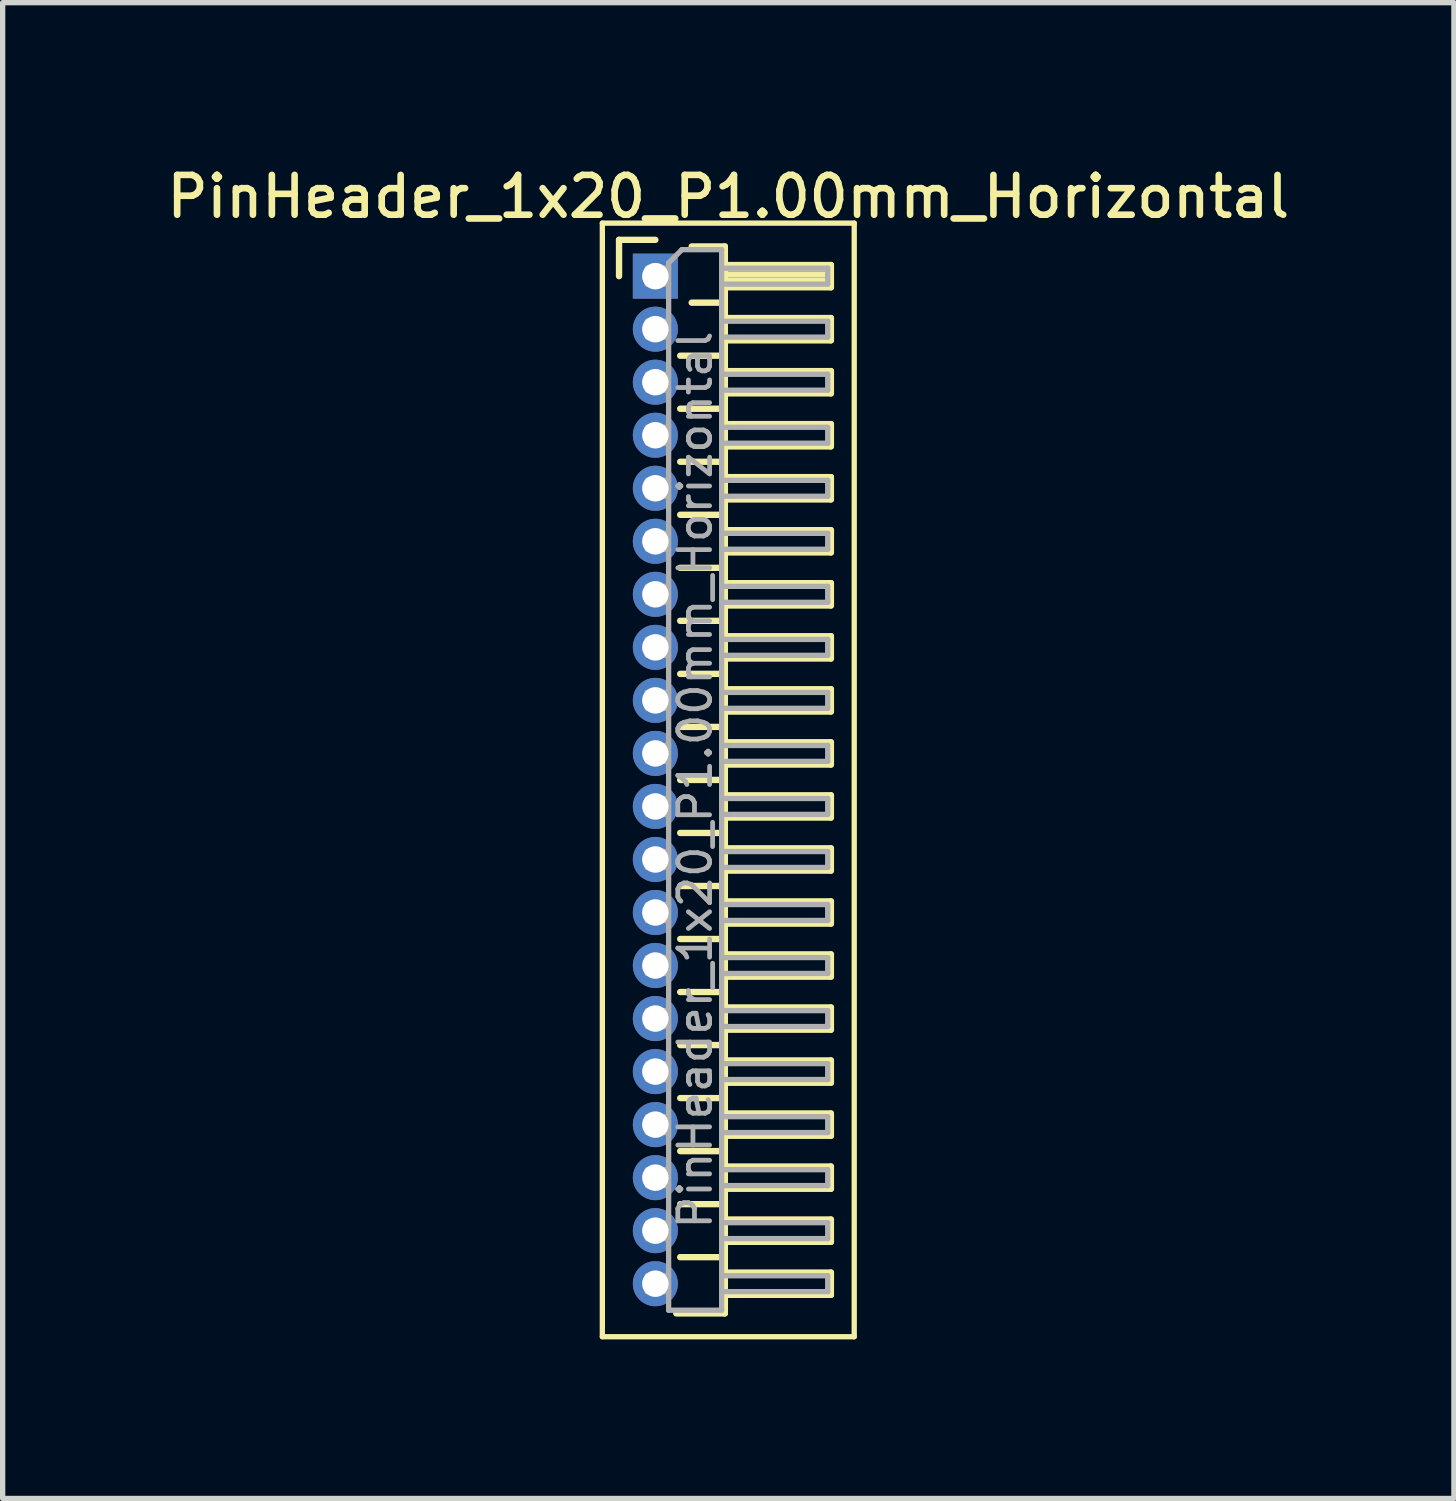
<source format=kicad_pcb>
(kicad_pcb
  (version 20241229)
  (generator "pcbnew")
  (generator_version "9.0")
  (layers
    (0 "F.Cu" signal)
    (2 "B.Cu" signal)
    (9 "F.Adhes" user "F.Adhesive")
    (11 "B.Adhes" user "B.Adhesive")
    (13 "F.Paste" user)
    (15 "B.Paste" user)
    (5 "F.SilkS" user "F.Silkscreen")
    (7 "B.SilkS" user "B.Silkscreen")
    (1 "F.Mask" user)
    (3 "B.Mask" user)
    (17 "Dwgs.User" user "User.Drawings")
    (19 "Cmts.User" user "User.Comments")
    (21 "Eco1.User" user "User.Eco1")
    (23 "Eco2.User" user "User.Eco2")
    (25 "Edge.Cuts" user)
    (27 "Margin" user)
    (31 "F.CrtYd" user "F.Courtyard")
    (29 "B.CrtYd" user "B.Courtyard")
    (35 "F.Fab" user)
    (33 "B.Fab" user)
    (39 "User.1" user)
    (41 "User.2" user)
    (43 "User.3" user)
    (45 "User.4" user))
  (footprint "PinHeader_1x20_P1.00mm_Horizontal"
    (layer "F.Cu")
    (at 9.309 2.158)
    (property "Reference" "PinHeader_1x20_P1.00mm_Horizontal" (at 1.375 -1.5 0) (layer "F.SilkS") (effects (font (size 0.75 0.75) (thickness 0.125))))
    (attr through_hole)
    (fp_line (start -1 -1) (end -1 20) (stroke (width 0.1) (type solid)) (layer "F.SilkS"))
    (fp_line (start -1 20) (end 3.75 20) (stroke (width 0.1) (type solid)) (layer "F.SilkS"))
    (fp_line (start -0.685 -0.685) (end 0 -0.685) (stroke (width 0.12) (type solid)) (layer "F.SilkS"))
    (fp_line (start -0.685 0) (end -0.685 -0.685) (stroke (width 0.12) (type solid)) (layer "F.SilkS"))
    (fp_line (start 0.468 1.5) (end 1.31 1.5) (stroke (width 0.12) (type solid)) (layer "F.SilkS"))
    (fp_line (start 0.468 2.5) (end 1.31 2.5) (stroke (width 0.12) (type solid)) (layer "F.SilkS"))
    (fp_line (start 0.468 3.5) (end 1.31 3.5) (stroke (width 0.12) (type solid)) (layer "F.SilkS"))
    (fp_line (start 0.468 4.5) (end 1.31 4.5) (stroke (width 0.12) (type solid)) (layer "F.SilkS"))
    (fp_line (start 0.468 5.5) (end 1.31 5.5) (stroke (width 0.12) (type solid)) (layer "F.SilkS"))
    (fp_line (start 0.468 6.5) (end 1.31 6.5) (stroke (width 0.12) (type solid)) (layer "F.SilkS"))
    (fp_line (start 0.468 7.5) (end 1.31 7.5) (stroke (width 0.12) (type solid)) (layer "F.SilkS"))
    (fp_line (start 0.468 8.5) (end 1.31 8.5) (stroke (width 0.12) (type solid)) (layer "F.SilkS"))
    (fp_line (start 0.468 9.5) (end 1.31 9.5) (stroke (width 0.12) (type solid)) (layer "F.SilkS"))
    (fp_line (start 0.468 10.5) (end 1.31 10.5) (stroke (width 0.12) (type solid)) (layer "F.SilkS"))
    (fp_line (start 0.468 11.5) (end 1.31 11.5) (stroke (width 0.12) (type solid)) (layer "F.SilkS"))
    (fp_line (start 0.468 12.5) (end 1.31 12.5) (stroke (width 0.12) (type solid)) (layer "F.SilkS"))
    (fp_line (start 0.468 13.5) (end 1.31 13.5) (stroke (width 0.12) (type solid)) (layer "F.SilkS"))
    (fp_line (start 0.468 14.5) (end 1.31 14.5) (stroke (width 0.12) (type solid)) (layer "F.SilkS"))
    (fp_line (start 0.468 15.5) (end 1.31 15.5) (stroke (width 0.12) (type solid)) (layer "F.SilkS"))
    (fp_line (start 0.468 16.5) (end 1.31 16.5) (stroke (width 0.12) (type solid)) (layer "F.SilkS"))
    (fp_line (start 0.468 17.5) (end 1.31 17.5) (stroke (width 0.12) (type solid)) (layer "F.SilkS"))
    (fp_line (start 0.468 18.5) (end 1.31 18.5) (stroke (width 0.12) (type solid)) (layer "F.SilkS"))
    (fp_line (start 0.685 -0.56) (end 1.31 -0.56) (stroke (width 0.12) (type solid)) (layer "F.SilkS"))
    (fp_line (start 0.685 0.5) (end 1.31 0.5) (stroke (width 0.12) (type solid)) (layer "F.SilkS"))
    (fp_line (start 1.31 -0.56) (end 1.31 19.56) (stroke (width 0.12) (type solid)) (layer "F.SilkS"))
    (fp_line (start 1.31 -0.21) (end 3.31 -0.21) (stroke (width 0.12) (type solid)) (layer "F.SilkS"))
    (fp_line (start 1.31 -0.15) (end 3.31 -0.15) (stroke (width 0.12) (type solid)) (layer "F.SilkS"))
    (fp_line (start 1.31 -0.03) (end 3.31 -0.03) (stroke (width 0.12) (type solid)) (layer "F.SilkS"))
    (fp_line (start 1.31 0.09) (end 3.31 0.09) (stroke (width 0.12) (type solid)) (layer "F.SilkS"))
    (fp_line (start 1.31 0.79) (end 3.31 0.79) (stroke (width 0.12) (type solid)) (layer "F.SilkS"))
    (fp_line (start 1.31 1.79) (end 3.31 1.79) (stroke (width 0.12) (type solid)) (layer "F.SilkS"))
    (fp_line (start 1.31 2.79) (end 3.31 2.79) (stroke (width 0.12) (type solid)) (layer "F.SilkS"))
    (fp_line (start 1.31 3.79) (end 3.31 3.79) (stroke (width 0.12) (type solid)) (layer "F.SilkS"))
    (fp_line (start 1.31 4.79) (end 3.31 4.79) (stroke (width 0.12) (type solid)) (layer "F.SilkS"))
    (fp_line (start 1.31 5.79) (end 3.31 5.79) (stroke (width 0.12) (type solid)) (layer "F.SilkS"))
    (fp_line (start 1.31 6.79) (end 3.31 6.79) (stroke (width 0.12) (type solid)) (layer "F.SilkS"))
    (fp_line (start 1.31 7.79) (end 3.31 7.79) (stroke (width 0.12) (type solid)) (layer "F.SilkS"))
    (fp_line (start 1.31 8.79) (end 3.31 8.79) (stroke (width 0.12) (type solid)) (layer "F.SilkS"))
    (fp_line (start 1.31 9.79) (end 3.31 9.79) (stroke (width 0.12) (type solid)) (layer "F.SilkS"))
    (fp_line (start 1.31 10.79) (end 3.31 10.79) (stroke (width 0.12) (type solid)) (layer "F.SilkS"))
    (fp_line (start 1.31 11.79) (end 3.31 11.79) (stroke (width 0.12) (type solid)) (layer "F.SilkS"))
    (fp_line (start 1.31 12.79) (end 3.31 12.79) (stroke (width 0.12) (type solid)) (layer "F.SilkS"))
    (fp_line (start 1.31 13.79) (end 3.31 13.79) (stroke (width 0.12) (type solid)) (layer "F.SilkS"))
    (fp_line (start 1.31 14.79) (end 3.31 14.79) (stroke (width 0.12) (type solid)) (layer "F.SilkS"))
    (fp_line (start 1.31 15.79) (end 3.31 15.79) (stroke (width 0.12) (type solid)) (layer "F.SilkS"))
    (fp_line (start 1.31 16.79) (end 3.31 16.79) (stroke (width 0.12) (type solid)) (layer "F.SilkS"))
    (fp_line (start 1.31 17.79) (end 3.31 17.79) (stroke (width 0.12) (type solid)) (layer "F.SilkS"))
    (fp_line (start 1.31 18.79) (end 3.31 18.79) (stroke (width 0.12) (type solid)) (layer "F.SilkS"))
    (fp_line (start 1.31 19.56) (end 0.394 19.56) (stroke (width 0.12) (type solid)) (layer "F.SilkS"))
    (fp_line (start 3.31 -0.21) (end 3.31 0.21) (stroke (width 0.12) (type solid)) (layer "F.SilkS"))
    (fp_line (start 3.31 0.21) (end 1.31 0.21) (stroke (width 0.12) (type solid)) (layer "F.SilkS"))
    (fp_line (start 3.31 0.79) (end 3.31 1.21) (stroke (width 0.12) (type solid)) (layer "F.SilkS"))
    (fp_line (start 3.31 1.21) (end 1.31 1.21) (stroke (width 0.12) (type solid)) (layer "F.SilkS"))
    (fp_line (start 3.31 1.79) (end 3.31 2.21) (stroke (width 0.12) (type solid)) (layer "F.SilkS"))
    (fp_line (start 3.31 2.21) (end 1.31 2.21) (stroke (width 0.12) (type solid)) (layer "F.SilkS"))
    (fp_line (start 3.31 2.79) (end 3.31 3.21) (stroke (width 0.12) (type solid)) (layer "F.SilkS"))
    (fp_line (start 3.31 3.21) (end 1.31 3.21) (stroke (width 0.12) (type solid)) (layer "F.SilkS"))
    (fp_line (start 3.31 3.79) (end 3.31 4.21) (stroke (width 0.12) (type solid)) (layer "F.SilkS"))
    (fp_line (start 3.31 4.21) (end 1.31 4.21) (stroke (width 0.12) (type solid)) (layer "F.SilkS"))
    (fp_line (start 3.31 4.79) (end 3.31 5.21) (stroke (width 0.12) (type solid)) (layer "F.SilkS"))
    (fp_line (start 3.31 5.21) (end 1.31 5.21) (stroke (width 0.12) (type solid)) (layer "F.SilkS"))
    (fp_line (start 3.31 5.79) (end 3.31 6.21) (stroke (width 0.12) (type solid)) (layer "F.SilkS"))
    (fp_line (start 3.31 6.21) (end 1.31 6.21) (stroke (width 0.12) (type solid)) (layer "F.SilkS"))
    (fp_line (start 3.31 6.79) (end 3.31 7.21) (stroke (width 0.12) (type solid)) (layer "F.SilkS"))
    (fp_line (start 3.31 7.21) (end 1.31 7.21) (stroke (width 0.12) (type solid)) (layer "F.SilkS"))
    (fp_line (start 3.31 7.79) (end 3.31 8.21) (stroke (width 0.12) (type solid)) (layer "F.SilkS"))
    (fp_line (start 3.31 8.21) (end 1.31 8.21) (stroke (width 0.12) (type solid)) (layer "F.SilkS"))
    (fp_line (start 3.31 8.79) (end 3.31 9.21) (stroke (width 0.12) (type solid)) (layer "F.SilkS"))
    (fp_line (start 3.31 9.21) (end 1.31 9.21) (stroke (width 0.12) (type solid)) (layer "F.SilkS"))
    (fp_line (start 3.31 9.79) (end 3.31 10.21) (stroke (width 0.12) (type solid)) (layer "F.SilkS"))
    (fp_line (start 3.31 10.21) (end 1.31 10.21) (stroke (width 0.12) (type solid)) (layer "F.SilkS"))
    (fp_line (start 3.31 10.79) (end 3.31 11.21) (stroke (width 0.12) (type solid)) (layer "F.SilkS"))
    (fp_line (start 3.31 11.21) (end 1.31 11.21) (stroke (width 0.12) (type solid)) (layer "F.SilkS"))
    (fp_line (start 3.31 11.79) (end 3.31 12.21) (stroke (width 0.12) (type solid)) (layer "F.SilkS"))
    (fp_line (start 3.31 12.21) (end 1.31 12.21) (stroke (width 0.12) (type solid)) (layer "F.SilkS"))
    (fp_line (start 3.31 12.79) (end 3.31 13.21) (stroke (width 0.12) (type solid)) (layer "F.SilkS"))
    (fp_line (start 3.31 13.21) (end 1.31 13.21) (stroke (width 0.12) (type solid)) (layer "F.SilkS"))
    (fp_line (start 3.31 13.79) (end 3.31 14.21) (stroke (width 0.12) (type solid)) (layer "F.SilkS"))
    (fp_line (start 3.31 14.21) (end 1.31 14.21) (stroke (width 0.12) (type solid)) (layer "F.SilkS"))
    (fp_line (start 3.31 14.79) (end 3.31 15.21) (stroke (width 0.12) (type solid)) (layer "F.SilkS"))
    (fp_line (start 3.31 15.21) (end 1.31 15.21) (stroke (width 0.12) (type solid)) (layer "F.SilkS"))
    (fp_line (start 3.31 15.79) (end 3.31 16.21) (stroke (width 0.12) (type solid)) (layer "F.SilkS"))
    (fp_line (start 3.31 16.21) (end 1.31 16.21) (stroke (width 0.12) (type solid)) (layer "F.SilkS"))
    (fp_line (start 3.31 16.79) (end 3.31 17.21) (stroke (width 0.12) (type solid)) (layer "F.SilkS"))
    (fp_line (start 3.31 17.21) (end 1.31 17.21) (stroke (width 0.12) (type solid)) (layer "F.SilkS"))
    (fp_line (start 3.31 17.79) (end 3.31 18.21) (stroke (width 0.12) (type solid)) (layer "F.SilkS"))
    (fp_line (start 3.31 18.21) (end 1.31 18.21) (stroke (width 0.12) (type solid)) (layer "F.SilkS"))
    (fp_line (start 3.31 18.79) (end 3.31 19.21) (stroke (width 0.12) (type solid)) (layer "F.SilkS"))
    (fp_line (start 3.31 19.21) (end 1.31 19.21) (stroke (width 0.12) (type solid)) (layer "F.SilkS"))
    (fp_line (start 3.75 -1) (end -1 -1) (stroke (width 0.1) (type solid)) (layer "F.SilkS"))
    (fp_line (start 3.75 20) (end 3.75 -1) (stroke (width 0.1) (type solid)) (layer "F.SilkS"))
    (fp_line (start -0.15 -0.15) (end -0.15 0.15) (stroke (width 0.1) (type solid)) (layer "F.Fab"))
    (fp_line (start -0.15 -0.15) (end 0.25 -0.15) (stroke (width 0.1) (type solid)) (layer "F.Fab"))
    (fp_line (start -0.15 0.15) (end 0.25 0.15) (stroke (width 0.1) (type solid)) (layer "F.Fab"))
    (fp_line (start -0.15 0.85) (end -0.15 1.15) (stroke (width 0.1) (type solid)) (layer "F.Fab"))
    (fp_line (start -0.15 0.85) (end 0.25 0.85) (stroke (width 0.1) (type solid)) (layer "F.Fab"))
    (fp_line (start -0.15 1.15) (end 0.25 1.15) (stroke (width 0.1) (type solid)) (layer "F.Fab"))
    (fp_line (start -0.15 1.85) (end -0.15 2.15) (stroke (width 0.1) (type solid)) (layer "F.Fab"))
    (fp_line (start -0.15 1.85) (end 0.25 1.85) (stroke (width 0.1) (type solid)) (layer "F.Fab"))
    (fp_line (start -0.15 2.15) (end 0.25 2.15) (stroke (width 0.1) (type solid)) (layer "F.Fab"))
    (fp_line (start -0.15 2.85) (end -0.15 3.15) (stroke (width 0.1) (type solid)) (layer "F.Fab"))
    (fp_line (start -0.15 2.85) (end 0.25 2.85) (stroke (width 0.1) (type solid)) (layer "F.Fab"))
    (fp_line (start -0.15 3.15) (end 0.25 3.15) (stroke (width 0.1) (type solid)) (layer "F.Fab"))
    (fp_line (start -0.15 3.85) (end -0.15 4.15) (stroke (width 0.1) (type solid)) (layer "F.Fab"))
    (fp_line (start -0.15 3.85) (end 0.25 3.85) (stroke (width 0.1) (type solid)) (layer "F.Fab"))
    (fp_line (start -0.15 4.15) (end 0.25 4.15) (stroke (width 0.1) (type solid)) (layer "F.Fab"))
    (fp_line (start -0.15 4.85) (end -0.15 5.15) (stroke (width 0.1) (type solid)) (layer "F.Fab"))
    (fp_line (start -0.15 4.85) (end 0.25 4.85) (stroke (width 0.1) (type solid)) (layer "F.Fab"))
    (fp_line (start -0.15 5.15) (end 0.25 5.15) (stroke (width 0.1) (type solid)) (layer "F.Fab"))
    (fp_line (start -0.15 5.85) (end -0.15 6.15) (stroke (width 0.1) (type solid)) (layer "F.Fab"))
    (fp_line (start -0.15 5.85) (end 0.25 5.85) (stroke (width 0.1) (type solid)) (layer "F.Fab"))
    (fp_line (start -0.15 6.15) (end 0.25 6.15) (stroke (width 0.1) (type solid)) (layer "F.Fab"))
    (fp_line (start -0.15 6.85) (end -0.15 7.15) (stroke (width 0.1) (type solid)) (layer "F.Fab"))
    (fp_line (start -0.15 6.85) (end 0.25 6.85) (stroke (width 0.1) (type solid)) (layer "F.Fab"))
    (fp_line (start -0.15 7.15) (end 0.25 7.15) (stroke (width 0.1) (type solid)) (layer "F.Fab"))
    (fp_line (start -0.15 7.85) (end -0.15 8.15) (stroke (width 0.1) (type solid)) (layer "F.Fab"))
    (fp_line (start -0.15 7.85) (end 0.25 7.85) (stroke (width 0.1) (type solid)) (layer "F.Fab"))
    (fp_line (start -0.15 8.15) (end 0.25 8.15) (stroke (width 0.1) (type solid)) (layer "F.Fab"))
    (fp_line (start -0.15 8.85) (end -0.15 9.15) (stroke (width 0.1) (type solid)) (layer "F.Fab"))
    (fp_line (start -0.15 8.85) (end 0.25 8.85) (stroke (width 0.1) (type solid)) (layer "F.Fab"))
    (fp_line (start -0.15 9.15) (end 0.25 9.15) (stroke (width 0.1) (type solid)) (layer "F.Fab"))
    (fp_line (start -0.15 9.85) (end -0.15 10.15) (stroke (width 0.1) (type solid)) (layer "F.Fab"))
    (fp_line (start -0.15 9.85) (end 0.25 9.85) (stroke (width 0.1) (type solid)) (layer "F.Fab"))
    (fp_line (start -0.15 10.15) (end 0.25 10.15) (stroke (width 0.1) (type solid)) (layer "F.Fab"))
    (fp_line (start -0.15 10.85) (end -0.15 11.15) (stroke (width 0.1) (type solid)) (layer "F.Fab"))
    (fp_line (start -0.15 10.85) (end 0.25 10.85) (stroke (width 0.1) (type solid)) (layer "F.Fab"))
    (fp_line (start -0.15 11.15) (end 0.25 11.15) (stroke (width 0.1) (type solid)) (layer "F.Fab"))
    (fp_line (start -0.15 11.85) (end -0.15 12.15) (stroke (width 0.1) (type solid)) (layer "F.Fab"))
    (fp_line (start -0.15 11.85) (end 0.25 11.85) (stroke (width 0.1) (type solid)) (layer "F.Fab"))
    (fp_line (start -0.15 12.15) (end 0.25 12.15) (stroke (width 0.1) (type solid)) (layer "F.Fab"))
    (fp_line (start -0.15 12.85) (end -0.15 13.15) (stroke (width 0.1) (type solid)) (layer "F.Fab"))
    (fp_line (start -0.15 12.85) (end 0.25 12.85) (stroke (width 0.1) (type solid)) (layer "F.Fab"))
    (fp_line (start -0.15 13.15) (end 0.25 13.15) (stroke (width 0.1) (type solid)) (layer "F.Fab"))
    (fp_line (start -0.15 13.85) (end -0.15 14.15) (stroke (width 0.1) (type solid)) (layer "F.Fab"))
    (fp_line (start -0.15 13.85) (end 0.25 13.85) (stroke (width 0.1) (type solid)) (layer "F.Fab"))
    (fp_line (start -0.15 14.15) (end 0.25 14.15) (stroke (width 0.1) (type solid)) (layer "F.Fab"))
    (fp_line (start -0.15 14.85) (end -0.15 15.15) (stroke (width 0.1) (type solid)) (layer "F.Fab"))
    (fp_line (start -0.15 14.85) (end 0.25 14.85) (stroke (width 0.1) (type solid)) (layer "F.Fab"))
    (fp_line (start -0.15 15.15) (end 0.25 15.15) (stroke (width 0.1) (type solid)) (layer "F.Fab"))
    (fp_line (start -0.15 15.85) (end -0.15 16.15) (stroke (width 0.1) (type solid)) (layer "F.Fab"))
    (fp_line (start -0.15 15.85) (end 0.25 15.85) (stroke (width 0.1) (type solid)) (layer "F.Fab"))
    (fp_line (start -0.15 16.15) (end 0.25 16.15) (stroke (width 0.1) (type solid)) (layer "F.Fab"))
    (fp_line (start -0.15 16.85) (end -0.15 17.15) (stroke (width 0.1) (type solid)) (layer "F.Fab"))
    (fp_line (start -0.15 16.85) (end 0.25 16.85) (stroke (width 0.1) (type solid)) (layer "F.Fab"))
    (fp_line (start -0.15 17.15) (end 0.25 17.15) (stroke (width 0.1) (type solid)) (layer "F.Fab"))
    (fp_line (start -0.15 17.85) (end -0.15 18.15) (stroke (width 0.1) (type solid)) (layer "F.Fab"))
    (fp_line (start -0.15 17.85) (end 0.25 17.85) (stroke (width 0.1) (type solid)) (layer "F.Fab"))
    (fp_line (start -0.15 18.15) (end 0.25 18.15) (stroke (width 0.1) (type solid)) (layer "F.Fab"))
    (fp_line (start -0.15 18.85) (end -0.15 19.15) (stroke (width 0.1) (type solid)) (layer "F.Fab"))
    (fp_line (start -0.15 18.85) (end 0.25 18.85) (stroke (width 0.1) (type solid)) (layer "F.Fab"))
    (fp_line (start -0.15 19.15) (end 0.25 19.15) (stroke (width 0.1) (type solid)) (layer "F.Fab"))
    (fp_line (start 0.25 -0.25) (end 0.5 -0.5) (stroke (width 0.1) (type solid)) (layer "F.Fab"))
    (fp_line (start 0.25 19.5) (end 0.25 -0.25) (stroke (width 0.1) (type solid)) (layer "F.Fab"))
    (fp_line (start 0.5 -0.5) (end 1.25 -0.5) (stroke (width 0.1) (type solid)) (layer "F.Fab"))
    (fp_line (start 1.25 -0.5) (end 1.25 19.5) (stroke (width 0.1) (type solid)) (layer "F.Fab"))
    (fp_line (start 1.25 -0.15) (end 3.25 -0.15) (stroke (width 0.1) (type solid)) (layer "F.Fab"))
    (fp_line (start 1.25 0.15) (end 3.25 0.15) (stroke (width 0.1) (type solid)) (layer "F.Fab"))
    (fp_line (start 1.25 0.85) (end 3.25 0.85) (stroke (width 0.1) (type solid)) (layer "F.Fab"))
    (fp_line (start 1.25 1.15) (end 3.25 1.15) (stroke (width 0.1) (type solid)) (layer "F.Fab"))
    (fp_line (start 1.25 1.85) (end 3.25 1.85) (stroke (width 0.1) (type solid)) (layer "F.Fab"))
    (fp_line (start 1.25 2.15) (end 3.25 2.15) (stroke (width 0.1) (type solid)) (layer "F.Fab"))
    (fp_line (start 1.25 2.85) (end 3.25 2.85) (stroke (width 0.1) (type solid)) (layer "F.Fab"))
    (fp_line (start 1.25 3.15) (end 3.25 3.15) (stroke (width 0.1) (type solid)) (layer "F.Fab"))
    (fp_line (start 1.25 3.85) (end 3.25 3.85) (stroke (width 0.1) (type solid)) (layer "F.Fab"))
    (fp_line (start 1.25 4.15) (end 3.25 4.15) (stroke (width 0.1) (type solid)) (layer "F.Fab"))
    (fp_line (start 1.25 4.85) (end 3.25 4.85) (stroke (width 0.1) (type solid)) (layer "F.Fab"))
    (fp_line (start 1.25 5.15) (end 3.25 5.15) (stroke (width 0.1) (type solid)) (layer "F.Fab"))
    (fp_line (start 1.25 5.85) (end 3.25 5.85) (stroke (width 0.1) (type solid)) (layer "F.Fab"))
    (fp_line (start 1.25 6.15) (end 3.25 6.15) (stroke (width 0.1) (type solid)) (layer "F.Fab"))
    (fp_line (start 1.25 6.85) (end 3.25 6.85) (stroke (width 0.1) (type solid)) (layer "F.Fab"))
    (fp_line (start 1.25 7.15) (end 3.25 7.15) (stroke (width 0.1) (type solid)) (layer "F.Fab"))
    (fp_line (start 1.25 7.85) (end 3.25 7.85) (stroke (width 0.1) (type solid)) (layer "F.Fab"))
    (fp_line (start 1.25 8.15) (end 3.25 8.15) (stroke (width 0.1) (type solid)) (layer "F.Fab"))
    (fp_line (start 1.25 8.85) (end 3.25 8.85) (stroke (width 0.1) (type solid)) (layer "F.Fab"))
    (fp_line (start 1.25 9.15) (end 3.25 9.15) (stroke (width 0.1) (type solid)) (layer "F.Fab"))
    (fp_line (start 1.25 9.85) (end 3.25 9.85) (stroke (width 0.1) (type solid)) (layer "F.Fab"))
    (fp_line (start 1.25 10.15) (end 3.25 10.15) (stroke (width 0.1) (type solid)) (layer "F.Fab"))
    (fp_line (start 1.25 10.85) (end 3.25 10.85) (stroke (width 0.1) (type solid)) (layer "F.Fab"))
    (fp_line (start 1.25 11.15) (end 3.25 11.15) (stroke (width 0.1) (type solid)) (layer "F.Fab"))
    (fp_line (start 1.25 11.85) (end 3.25 11.85) (stroke (width 0.1) (type solid)) (layer "F.Fab"))
    (fp_line (start 1.25 12.15) (end 3.25 12.15) (stroke (width 0.1) (type solid)) (layer "F.Fab"))
    (fp_line (start 1.25 12.85) (end 3.25 12.85) (stroke (width 0.1) (type solid)) (layer "F.Fab"))
    (fp_line (start 1.25 13.15) (end 3.25 13.15) (stroke (width 0.1) (type solid)) (layer "F.Fab"))
    (fp_line (start 1.25 13.85) (end 3.25 13.85) (stroke (width 0.1) (type solid)) (layer "F.Fab"))
    (fp_line (start 1.25 14.15) (end 3.25 14.15) (stroke (width 0.1) (type solid)) (layer "F.Fab"))
    (fp_line (start 1.25 14.85) (end 3.25 14.85) (stroke (width 0.1) (type solid)) (layer "F.Fab"))
    (fp_line (start 1.25 15.15) (end 3.25 15.15) (stroke (width 0.1) (type solid)) (layer "F.Fab"))
    (fp_line (start 1.25 15.85) (end 3.25 15.85) (stroke (width 0.1) (type solid)) (layer "F.Fab"))
    (fp_line (start 1.25 16.15) (end 3.25 16.15) (stroke (width 0.1) (type solid)) (layer "F.Fab"))
    (fp_line (start 1.25 16.85) (end 3.25 16.85) (stroke (width 0.1) (type solid)) (layer "F.Fab"))
    (fp_line (start 1.25 17.15) (end 3.25 17.15) (stroke (width 0.1) (type solid)) (layer "F.Fab"))
    (fp_line (start 1.25 17.85) (end 3.25 17.85) (stroke (width 0.1) (type solid)) (layer "F.Fab"))
    (fp_line (start 1.25 18.15) (end 3.25 18.15) (stroke (width 0.1) (type solid)) (layer "F.Fab"))
    (fp_line (start 1.25 18.85) (end 3.25 18.85) (stroke (width 0.1) (type solid)) (layer "F.Fab"))
    (fp_line (start 1.25 19.15) (end 3.25 19.15) (stroke (width 0.1) (type solid)) (layer "F.Fab"))
    (fp_line (start 1.25 19.5) (end 0.25 19.5) (stroke (width 0.1) (type solid)) (layer "F.Fab"))
    (fp_line (start 3.25 -0.15) (end 3.25 0.15) (stroke (width 0.1) (type solid)) (layer "F.Fab"))
    (fp_line (start 3.25 0.85) (end 3.25 1.15) (stroke (width 0.1) (type solid)) (layer "F.Fab"))
    (fp_line (start 3.25 1.85) (end 3.25 2.15) (stroke (width 0.1) (type solid)) (layer "F.Fab"))
    (fp_line (start 3.25 2.85) (end 3.25 3.15) (stroke (width 0.1) (type solid)) (layer "F.Fab"))
    (fp_line (start 3.25 3.85) (end 3.25 4.15) (stroke (width 0.1) (type solid)) (layer "F.Fab"))
    (fp_line (start 3.25 4.85) (end 3.25 5.15) (stroke (width 0.1) (type solid)) (layer "F.Fab"))
    (fp_line (start 3.25 5.85) (end 3.25 6.15) (stroke (width 0.1) (type solid)) (layer "F.Fab"))
    (fp_line (start 3.25 6.85) (end 3.25 7.15) (stroke (width 0.1) (type solid)) (layer "F.Fab"))
    (fp_line (start 3.25 7.85) (end 3.25 8.15) (stroke (width 0.1) (type solid)) (layer "F.Fab"))
    (fp_line (start 3.25 8.85) (end 3.25 9.15) (stroke (width 0.1) (type solid)) (layer "F.Fab"))
    (fp_line (start 3.25 9.85) (end 3.25 10.15) (stroke (width 0.1) (type solid)) (layer "F.Fab"))
    (fp_line (start 3.25 10.85) (end 3.25 11.15) (stroke (width 0.1) (type solid)) (layer "F.Fab"))
    (fp_line (start 3.25 11.85) (end 3.25 12.15) (stroke (width 0.1) (type solid)) (layer "F.Fab"))
    (fp_line (start 3.25 12.85) (end 3.25 13.15) (stroke (width 0.1) (type solid)) (layer "F.Fab"))
    (fp_line (start 3.25 13.85) (end 3.25 14.15) (stroke (width 0.1) (type solid)) (layer "F.Fab"))
    (fp_line (start 3.25 14.85) (end 3.25 15.15) (stroke (width 0.1) (type solid)) (layer "F.Fab"))
    (fp_line (start 3.25 15.85) (end 3.25 16.15) (stroke (width 0.1) (type solid)) (layer "F.Fab"))
    (fp_line (start 3.25 16.85) (end 3.25 17.15) (stroke (width 0.1) (type solid)) (layer "F.Fab"))
    (fp_line (start 3.25 17.85) (end 3.25 18.15) (stroke (width 0.1) (type solid)) (layer "F.Fab"))
    (fp_line (start 3.25 18.85) (end 3.25 19.15) (stroke (width 0.1) (type solid)) (layer "F.Fab"))
    (fp_text user "${REFERENCE}" (at 0.75 9.5 90) (layer "F.Fab") (effects (font (size 0.6 0.6) (thickness 0.09))))
    (pad "1" thru_hole rect (at 0 0) (size 0.85 0.85) (drill 0.5) (layers "*.Cu" "*.Mask"))
    (pad "2" thru_hole oval (at 0 1) (size 0.85 0.85) (drill 0.5) (layers "*.Cu" "*.Mask"))
    (pad "3" thru_hole oval (at 0 2) (size 0.85 0.85) (drill 0.5) (layers "*.Cu" "*.Mask"))
    (pad "4" thru_hole oval (at 0 3) (size 0.85 0.85) (drill 0.5) (layers "*.Cu" "*.Mask"))
    (pad "5" thru_hole oval (at 0 4) (size 0.85 0.85) (drill 0.5) (layers "*.Cu" "*.Mask"))
    (pad "6" thru_hole oval (at 0 5) (size 0.85 0.85) (drill 0.5) (layers "*.Cu" "*.Mask"))
    (pad "7" thru_hole oval (at 0 6) (size 0.85 0.85) (drill 0.5) (layers "*.Cu" "*.Mask"))
    (pad "8" thru_hole oval (at 0 7) (size 0.85 0.85) (drill 0.5) (layers "*.Cu" "*.Mask"))
    (pad "9" thru_hole oval (at 0 8) (size 0.85 0.85) (drill 0.5) (layers "*.Cu" "*.Mask"))
    (pad "10" thru_hole oval (at 0 9) (size 0.85 0.85) (drill 0.5) (layers "*.Cu" "*.Mask"))
    (pad "11" thru_hole oval (at 0 10) (size 0.85 0.85) (drill 0.5) (layers "*.Cu" "*.Mask"))
    (pad "12" thru_hole oval (at 0 11) (size 0.85 0.85) (drill 0.5) (layers "*.Cu" "*.Mask"))
    (pad "13" thru_hole oval (at 0 12) (size 0.85 0.85) (drill 0.5) (layers "*.Cu" "*.Mask"))
    (pad "14" thru_hole oval (at 0 13) (size 0.85 0.85) (drill 0.5) (layers "*.Cu" "*.Mask"))
    (pad "15" thru_hole oval (at 0 14) (size 0.85 0.85) (drill 0.5) (layers "*.Cu" "*.Mask"))
    (pad "16" thru_hole oval (at 0 15) (size 0.85 0.85) (drill 0.5) (layers "*.Cu" "*.Mask"))
    (pad "17" thru_hole oval (at 0 16) (size 0.85 0.85) (drill 0.5) (layers "*.Cu" "*.Mask"))
    (pad "18" thru_hole oval (at 0 17) (size 0.85 0.85) (drill 0.5) (layers "*.Cu" "*.Mask"))
    (pad "19" thru_hole oval (at 0 18) (size 0.85 0.85) (drill 0.5) (layers "*.Cu" "*.Mask"))
    (pad "20" thru_hole oval (at 0 19) (size 0.85 0.85) (drill 0.5) (layers "*.Cu" "*.Mask")))
  (gr_rect
    (start -3 -3)
    (end 24.368 25.208)
    (stroke (width 0.1) (type default))
    (fill no)
    (layer "Edge.Cuts")))
</source>
